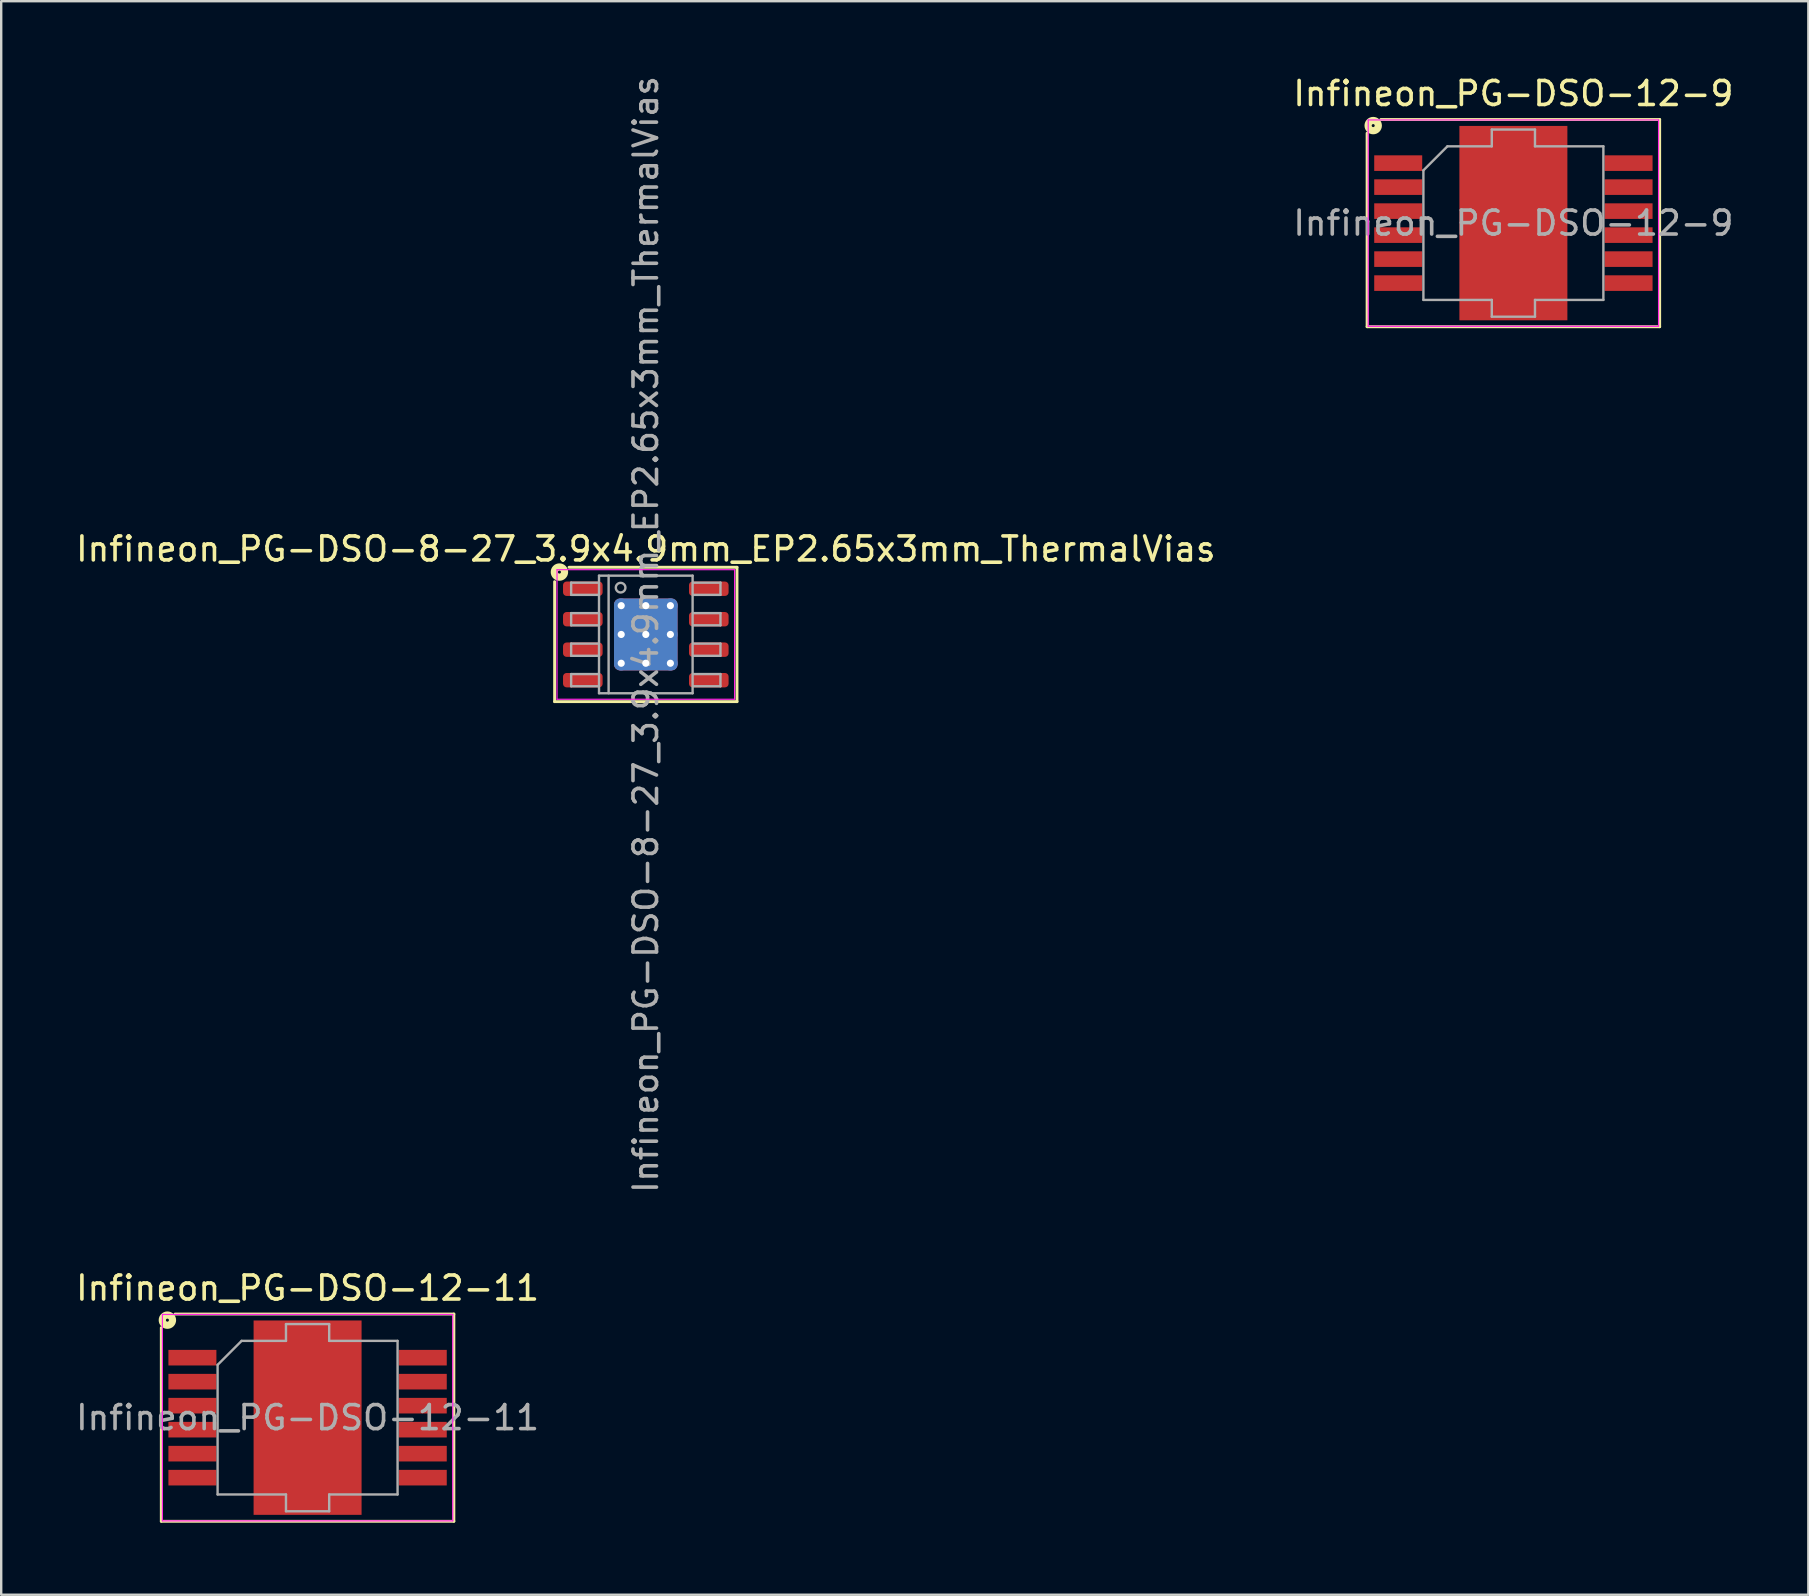
<source format=kicad_pcb>
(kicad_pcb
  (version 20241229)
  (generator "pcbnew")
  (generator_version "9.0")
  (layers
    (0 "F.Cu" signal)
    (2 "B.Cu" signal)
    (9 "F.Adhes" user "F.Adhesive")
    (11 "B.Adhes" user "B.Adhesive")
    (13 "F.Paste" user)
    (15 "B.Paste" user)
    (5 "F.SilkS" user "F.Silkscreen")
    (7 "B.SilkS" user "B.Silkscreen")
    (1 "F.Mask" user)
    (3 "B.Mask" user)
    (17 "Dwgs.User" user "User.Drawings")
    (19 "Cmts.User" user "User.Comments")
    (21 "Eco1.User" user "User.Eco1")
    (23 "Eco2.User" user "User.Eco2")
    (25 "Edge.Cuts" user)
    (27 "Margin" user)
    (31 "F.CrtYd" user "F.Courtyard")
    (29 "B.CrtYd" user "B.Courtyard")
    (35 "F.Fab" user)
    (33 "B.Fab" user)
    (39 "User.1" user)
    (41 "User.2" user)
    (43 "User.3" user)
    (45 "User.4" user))
  (footprint "Infineon_PG-DSO-12-9"
    (layer "F.Cu")
    (at 60.018 6.248)
    (property "Reference" "Infineon_PG-DSO-12-9" (at 0 -5.4 0) (layer "F.SilkS") (effects (font (size 1 1) (thickness 0.15))))
    (attr smd)
    (fp_line (start -6.096 -3.747) (end -6.096 4.318) (stroke (width 0.12) (type solid)) (layer "F.SilkS"))
    (fp_line (start -6.096 4.318) (end 6.096 4.318) (stroke (width 0.12) (type solid)) (layer "F.SilkS"))
    (fp_line (start 6.096 -4.318) (end -5.524 -4.318) (stroke (width 0.12) (type solid)) (layer "F.SilkS"))
    (fp_line (start 6.096 4.318) (end 6.096 -4.318) (stroke (width 0.12) (type solid)) (layer "F.SilkS"))
    (fp_circle (center -5.842 -4.064) (end -5.779 -4.064) (stroke (width 0.3) (type solid)) (fill no) (layer "F.SilkS"))
    (fp_line (start -6.05 -4.3) (end 6.05 -4.3) (stroke (width 0.05) (type solid)) (layer "F.CrtYd"))
    (fp_line (start -6.05 4.3) (end -6.05 -4.3) (stroke (width 0.05) (type solid)) (layer "F.CrtYd"))
    (fp_line (start 6.05 -4.3) (end 6.05 4.3) (stroke (width 0.05) (type solid)) (layer "F.CrtYd"))
    (fp_line (start 6.05 4.3) (end -6.05 4.3) (stroke (width 0.05) (type solid)) (layer "F.CrtYd"))
    (fp_line (start -3.75 3.2) (end -3.75 -2.2) (stroke (width 0.1) (type solid)) (layer "F.Fab"))
    (fp_line (start -2.75 -3.2) (end -3.75 -2.2) (stroke (width 0.1) (type solid)) (layer "F.Fab"))
    (fp_line (start -2.75 -3.2) (end -0.9 -3.2) (stroke (width 0.1) (type solid)) (layer "F.Fab"))
    (fp_line (start -0.9 -3.9) (end 0.9 -3.9) (stroke (width 0.1) (type solid)) (layer "F.Fab"))
    (fp_line (start -0.9 -3.2) (end -0.9 -3.9) (stroke (width 0.1) (type solid)) (layer "F.Fab"))
    (fp_line (start -0.9 3.2) (end -3.75 3.2) (stroke (width 0.1) (type solid)) (layer "F.Fab"))
    (fp_line (start -0.9 3.9) (end -0.9 3.2) (stroke (width 0.1) (type solid)) (layer "F.Fab"))
    (fp_line (start 0.9 -3.9) (end 0.9 -3.2) (stroke (width 0.1) (type solid)) (layer "F.Fab"))
    (fp_line (start 0.9 -3.2) (end 3.75 -3.2) (stroke (width 0.1) (type solid)) (layer "F.Fab"))
    (fp_line (start 0.9 3.2) (end 0.9 3.9) (stroke (width 0.1) (type solid)) (layer "F.Fab"))
    (fp_line (start 0.9 3.9) (end -0.9 3.9) (stroke (width 0.1) (type solid)) (layer "F.Fab"))
    (fp_line (start 3.75 -3.2) (end 3.75 3.2) (stroke (width 0.1) (type solid)) (layer "F.Fab"))
    (fp_line (start 3.75 3.2) (end 0.9 3.2) (stroke (width 0.1) (type solid)) (layer "F.Fab"))
    (fp_text user "${REFERENCE}" (at 0 0 0) (layer "F.Fab") (effects (font (size 1 1) (thickness 0.15))))
    (pad "" smd rect (at -1.125 -2.92) (size 1.95 1.16) (layers "F.Paste"))
    (pad "" smd rect (at -1.125 -1.46) (size 1.95 1.16) (layers "F.Paste"))
    (pad "" smd rect (at -1.125 0) (size 1.95 1.16) (layers "F.Paste"))
    (pad "" smd rect (at -1.125 1.46) (size 1.95 1.16) (layers "F.Paste"))
    (pad "" smd rect (at -1.125 2.92) (size 1.95 1.16) (layers "F.Paste"))
    (pad "" smd rect (at 1.125 -2.92) (size 1.95 1.16) (layers "F.Paste"))
    (pad "" smd rect (at 1.125 -1.46) (size 1.95 1.16) (layers "F.Paste"))
    (pad "" smd rect (at 1.125 0) (size 1.95 1.16) (layers "F.Paste"))
    (pad "" smd rect (at 1.125 1.46) (size 1.95 1.16) (layers "F.Paste"))
    (pad "" smd rect (at 1.125 2.92) (size 1.95 1.16) (layers "F.Paste"))
    (pad "1" smd rect (at -4.8 -2.5) (size 2 0.65) (layers "F.Cu" "F.Mask" "F.Paste"))
    (pad "2" smd rect (at -4.8 -1.5) (size 2 0.65) (layers "F.Cu" "F.Mask" "F.Paste"))
    (pad "3" smd rect (at -4.8 -0.5) (size 2 0.65) (layers "F.Cu" "F.Mask" "F.Paste"))
    (pad "4" smd rect (at -4.8 0.5) (size 2 0.65) (layers "F.Cu" "F.Mask" "F.Paste"))
    (pad "5" smd rect (at -4.8 1.5) (size 2 0.65) (layers "F.Cu" "F.Mask" "F.Paste"))
    (pad "6" smd rect (at -4.8 2.5) (size 2 0.65) (layers "F.Cu" "F.Mask" "F.Paste"))
    (pad "7" smd rect (at 4.8 2.5) (size 2 0.65) (layers "F.Cu" "F.Mask" "F.Paste"))
    (pad "8" smd rect (at 4.8 1.5) (size 2 0.65) (layers "F.Cu" "F.Mask" "F.Paste"))
    (pad "9" smd rect (at 4.8 0.5) (size 2 0.65) (layers "F.Cu" "F.Mask" "F.Paste"))
    (pad "10" smd rect (at 4.8 -0.5) (size 2 0.65) (layers "F.Cu" "F.Mask" "F.Paste"))
    (pad "11" smd rect (at 4.8 -1.5) (size 2 0.65) (layers "F.Cu" "F.Mask" "F.Paste"))
    (pad "12" smd rect (at 4.8 -2.5) (size 2 0.65) (layers "F.Cu" "F.Mask" "F.Paste"))
    (pad "13" smd rect (at 0 0) (size 4.5 8.1) (layers "F.Cu" "F.Mask")))
  (footprint "Infineon_PG-DSO-12-11"
    (layer "F.Cu")
    (at 9.768 56.029)
    (property "Reference" "Infineon_PG-DSO-12-11" (at 0 -5.4 0) (layer "F.SilkS") (effects (font (size 1 1) (thickness 0.15))))
    (attr smd)
    (fp_line (start -6.096 -3.747) (end -6.096 4.318) (stroke (width 0.12) (type solid)) (layer "F.SilkS"))
    (fp_line (start -6.096 4.318) (end 6.096 4.318) (stroke (width 0.12) (type solid)) (layer "F.SilkS"))
    (fp_line (start 6.096 -4.318) (end -5.524 -4.318) (stroke (width 0.12) (type solid)) (layer "F.SilkS"))
    (fp_line (start 6.096 4.318) (end 6.096 -4.318) (stroke (width 0.12) (type solid)) (layer "F.SilkS"))
    (fp_circle (center -5.842 -4.064) (end -5.779 -4.064) (stroke (width 0.3) (type solid)) (fill no) (layer "F.SilkS"))
    (fp_line (start -6.05 -4.3) (end 6.05 -4.3) (stroke (width 0.05) (type solid)) (layer "F.CrtYd"))
    (fp_line (start -6.05 4.3) (end -6.05 -4.3) (stroke (width 0.05) (type solid)) (layer "F.CrtYd"))
    (fp_line (start 6.05 -4.3) (end 6.05 4.3) (stroke (width 0.05) (type solid)) (layer "F.CrtYd"))
    (fp_line (start 6.05 4.3) (end -6.05 4.3) (stroke (width 0.05) (type solid)) (layer "F.CrtYd"))
    (fp_line (start -3.75 3.2) (end -3.75 -2.2) (stroke (width 0.1) (type solid)) (layer "F.Fab"))
    (fp_line (start -2.75 -3.2) (end -3.75 -2.2) (stroke (width 0.1) (type solid)) (layer "F.Fab"))
    (fp_line (start -2.75 -3.2) (end -0.9 -3.2) (stroke (width 0.1) (type solid)) (layer "F.Fab"))
    (fp_line (start -0.9 -3.9) (end 0.9 -3.9) (stroke (width 0.1) (type solid)) (layer "F.Fab"))
    (fp_line (start -0.9 -3.2) (end -0.9 -3.9) (stroke (width 0.1) (type solid)) (layer "F.Fab"))
    (fp_line (start -0.9 3.2) (end -3.75 3.2) (stroke (width 0.1) (type solid)) (layer "F.Fab"))
    (fp_line (start -0.9 3.9) (end -0.9 3.2) (stroke (width 0.1) (type solid)) (layer "F.Fab"))
    (fp_line (start 0.9 -3.9) (end 0.9 -3.2) (stroke (width 0.1) (type solid)) (layer "F.Fab"))
    (fp_line (start 0.9 -3.2) (end 3.75 -3.2) (stroke (width 0.1) (type solid)) (layer "F.Fab"))
    (fp_line (start 0.9 3.2) (end 0.9 3.9) (stroke (width 0.1) (type solid)) (layer "F.Fab"))
    (fp_line (start 0.9 3.9) (end -0.9 3.9) (stroke (width 0.1) (type solid)) (layer "F.Fab"))
    (fp_line (start 3.75 -3.2) (end 3.75 3.2) (stroke (width 0.1) (type solid)) (layer "F.Fab"))
    (fp_line (start 3.75 3.2) (end 0.9 3.2) (stroke (width 0.1) (type solid)) (layer "F.Fab"))
    (fp_text user "${REFERENCE}" (at 0 0 0) (layer "F.Fab") (effects (font (size 1 1) (thickness 0.15))))
    (pad "" smd rect (at -1.125 -2.92) (size 1.95 1.16) (layers "F.Paste"))
    (pad "" smd rect (at -1.125 -1.46) (size 1.95 1.16) (layers "F.Paste"))
    (pad "" smd rect (at -1.125 0) (size 1.95 1.16) (layers "F.Paste"))
    (pad "" smd rect (at -1.125 1.46) (size 1.95 1.16) (layers "F.Paste"))
    (pad "" smd rect (at -1.125 2.92) (size 1.95 1.16) (layers "F.Paste"))
    (pad "" smd rect (at 1.125 -2.92) (size 1.95 1.16) (layers "F.Paste"))
    (pad "" smd rect (at 1.125 -1.46) (size 1.95 1.16) (layers "F.Paste"))
    (pad "" smd rect (at 1.125 0) (size 1.95 1.16) (layers "F.Paste"))
    (pad "" smd rect (at 1.125 1.46) (size 1.95 1.16) (layers "F.Paste"))
    (pad "" smd rect (at 1.125 2.92) (size 1.95 1.16) (layers "F.Paste"))
    (pad "1" smd rect (at -4.8 -2.5) (size 2 0.65) (layers "F.Cu" "F.Mask" "F.Paste"))
    (pad "2" smd rect (at -4.8 -1.5) (size 2 0.65) (layers "F.Cu" "F.Mask" "F.Paste"))
    (pad "3" smd rect (at -4.8 -0.5) (size 2 0.65) (layers "F.Cu" "F.Mask" "F.Paste"))
    (pad "4" smd rect (at -4.8 0.5) (size 2 0.65) (layers "F.Cu" "F.Mask" "F.Paste"))
    (pad "5" smd rect (at -4.8 1.5) (size 2 0.65) (layers "F.Cu" "F.Mask" "F.Paste"))
    (pad "6" smd rect (at -4.8 2.5) (size 2 0.65) (layers "F.Cu" "F.Mask" "F.Paste"))
    (pad "7" smd rect (at 4.8 2.5) (size 2 0.65) (layers "F.Cu" "F.Mask" "F.Paste"))
    (pad "8" smd rect (at 4.8 1.5) (size 2 0.65) (layers "F.Cu" "F.Mask" "F.Paste"))
    (pad "9" smd rect (at 4.8 0.5) (size 2 0.65) (layers "F.Cu" "F.Mask" "F.Paste"))
    (pad "10" smd rect (at 4.8 -0.5) (size 2 0.65) (layers "F.Cu" "F.Mask" "F.Paste"))
    (pad "11" smd rect (at 4.8 -1.5) (size 2 0.65) (layers "F.Cu" "F.Mask" "F.Paste"))
    (pad "12" smd rect (at 4.8 -2.5) (size 2 0.65) (layers "F.Cu" "F.Mask" "F.Paste"))
    (pad "13" smd rect (at 0 0) (size 4.5 8.1) (layers "F.Cu" "F.Mask")))
  (footprint "Infineon_PG-DSO-8-27_3.9x4.9mm_EP2.65x3mm_ThermalVias"
    (layer "F.Cu")
    (at 23.863 23.39)
    (property "Reference" "Infineon_PG-DSO-8-27_3.9x4.9mm_EP2.65x3mm_ThermalVias" (at 0 -3.562 0) (layer "F.SilkS") (effects (font (size 1 1) (thickness 0.15))))
    (attr smd)
    (fp_line (start -3.8 2.8) (end -3.8 -2.2) (stroke (width 0.12) (type solid)) (layer "F.SilkS"))
    (fp_line (start -3.2 -2.8) (end 3.8 -2.8) (stroke (width 0.12) (type solid)) (layer "F.SilkS"))
    (fp_line (start 3.8 -2.8) (end 3.8 2.8) (stroke (width 0.12) (type solid)) (layer "F.SilkS"))
    (fp_line (start 3.8 2.8) (end -3.8 2.8) (stroke (width 0.12) (type solid)) (layer "F.SilkS"))
    (fp_circle (center -3.6 -2.6) (end -3.537 -2.6) (stroke (width 0.3) (type solid)) (fill no) (layer "F.SilkS"))
    (fp_line (start -3.7 -2.7) (end -3.7 2.7) (stroke (width 0.05) (type solid)) (layer "F.CrtYd"))
    (fp_line (start -3.7 2.7) (end 3.7 2.7) (stroke (width 0.05) (type solid)) (layer "F.CrtYd"))
    (fp_line (start 3.7 -2.7) (end -3.7 -2.7) (stroke (width 0.05) (type solid)) (layer "F.CrtYd"))
    (fp_line (start 3.7 2.7) (end 3.7 -2.7) (stroke (width 0.05) (type solid)) (layer "F.CrtYd"))
    (fp_line (start -3.111 -2.159) (end -3.111 -1.651) (stroke (width 0.1) (type solid)) (layer "F.Fab"))
    (fp_line (start -3.111 -2.159) (end -1.968 -2.159) (stroke (width 0.1) (type solid)) (layer "F.Fab"))
    (fp_line (start -3.111 -1.651) (end -1.968 -1.651) (stroke (width 0.1) (type solid)) (layer "F.Fab"))
    (fp_line (start -3.111 -0.889) (end -3.111 -0.381) (stroke (width 0.1) (type solid)) (layer "F.Fab"))
    (fp_line (start -3.111 -0.889) (end -1.968 -0.889) (stroke (width 0.1) (type solid)) (layer "F.Fab"))
    (fp_line (start -3.111 -0.381) (end -1.968 -0.381) (stroke (width 0.1) (type solid)) (layer "F.Fab"))
    (fp_line (start -3.111 0.381) (end -3.111 0.889) (stroke (width 0.1) (type solid)) (layer "F.Fab"))
    (fp_line (start -3.111 0.381) (end -1.968 0.381) (stroke (width 0.1) (type solid)) (layer "F.Fab"))
    (fp_line (start -3.111 0.889) (end -1.968 0.889) (stroke (width 0.1) (type solid)) (layer "F.Fab"))
    (fp_line (start -3.111 1.651) (end -3.111 2.159) (stroke (width 0.1) (type solid)) (layer "F.Fab"))
    (fp_line (start -3.111 1.651) (end -1.968 1.651) (stroke (width 0.1) (type solid)) (layer "F.Fab"))
    (fp_line (start -3.111 2.159) (end -1.968 2.159) (stroke (width 0.1) (type solid)) (layer "F.Fab"))
    (fp_line (start -1.95 -2.45) (end 1.95 -2.45) (stroke (width 0.1) (type solid)) (layer "F.Fab"))
    (fp_line (start -1.95 2.45) (end -1.95 -2.45) (stroke (width 0.1) (type solid)) (layer "F.Fab"))
    (fp_line (start -1.55 -2.45) (end -1.55 2.45) (stroke (width 0.1) (type solid)) (layer "F.Fab"))
    (fp_line (start 1.95 -2.45) (end 1.95 2.45) (stroke (width 0.1) (type solid)) (layer "F.Fab"))
    (fp_line (start 1.95 2.45) (end -1.95 2.45) (stroke (width 0.1) (type solid)) (layer "F.Fab"))
    (fp_line (start 3.111 -2.159) (end 1.968 -2.159) (stroke (width 0.1) (type solid)) (layer "F.Fab"))
    (fp_line (start 3.111 -1.651) (end 1.968 -1.651) (stroke (width 0.1) (type solid)) (layer "F.Fab"))
    (fp_line (start 3.111 -1.651) (end 3.111 -2.159) (stroke (width 0.1) (type solid)) (layer "F.Fab"))
    (fp_line (start 3.111 -0.889) (end 1.968 -0.889) (stroke (width 0.1) (type solid)) (layer "F.Fab"))
    (fp_line (start 3.111 -0.381) (end 1.968 -0.381) (stroke (width 0.1) (type solid)) (layer "F.Fab"))
    (fp_line (start 3.111 -0.381) (end 3.111 -0.889) (stroke (width 0.1) (type solid)) (layer "F.Fab"))
    (fp_line (start 3.111 0.381) (end 1.968 0.381) (stroke (width 0.1) (type solid)) (layer "F.Fab"))
    (fp_line (start 3.111 0.889) (end 1.968 0.889) (stroke (width 0.1) (type solid)) (layer "F.Fab"))
    (fp_line (start 3.111 0.889) (end 3.111 0.381) (stroke (width 0.1) (type solid)) (layer "F.Fab"))
    (fp_line (start 3.111 1.651) (end 1.968 1.651) (stroke (width 0.1) (type solid)) (layer "F.Fab"))
    (fp_line (start 3.111 2.159) (end 1.968 2.159) (stroke (width 0.1) (type solid)) (layer "F.Fab"))
    (fp_line (start 3.111 2.159) (end 3.111 1.651) (stroke (width 0.1) (type solid)) (layer "F.Fab"))
    (fp_circle (center -1.05 -1.95) (end -0.85 -1.95) (stroke (width 0.1) (type solid)) (fill no) (layer "F.Fab"))
    (fp_text user "${REFERENCE}" (at 0 0 90) (layer "F.Fab") (effects (font (size 0.98 0.98) (thickness 0.15))))
    (pad "" smd roundrect (at -0.66 -0.75) (size 1.11 1.25) (layers "F.Paste") (roundrect_rratio 0.225))
    (pad "" smd roundrect (at -0.66 0.75) (size 1.11 1.25) (layers "F.Paste") (roundrect_rratio 0.225))
    (pad "" smd roundrect (at 0.66 -0.75) (size 1.11 1.25) (layers "F.Paste") (roundrect_rratio 0.225))
    (pad "" smd roundrect (at 0.66 0.75) (size 1.11 1.25) (layers "F.Paste") (roundrect_rratio 0.225))
    (pad "1" smd roundrect (at -2.625 -1.905) (size 1.65 0.6) (layers "F.Cu" "F.Mask" "F.Paste") (roundrect_rratio 0.25))
    (pad "2" smd roundrect (at -2.625 -0.635) (size 1.65 0.6) (layers "F.Cu" "F.Mask" "F.Paste") (roundrect_rratio 0.25))
    (pad "3" smd roundrect (at -2.625 0.635) (size 1.65 0.6) (layers "F.Cu" "F.Mask" "F.Paste") (roundrect_rratio 0.25))
    (pad "4" smd roundrect (at -2.625 1.905) (size 1.65 0.6) (layers "F.Cu" "F.Mask" "F.Paste") (roundrect_rratio 0.25))
    (pad "5" smd roundrect (at 2.625 1.905) (size 1.65 0.6) (layers "F.Cu" "F.Mask" "F.Paste") (roundrect_rratio 0.25))
    (pad "6" smd roundrect (at 2.625 0.635) (size 1.65 0.6) (layers "F.Cu" "F.Mask" "F.Paste") (roundrect_rratio 0.25))
    (pad "7" smd roundrect (at 2.625 -0.635) (size 1.65 0.6) (layers "F.Cu" "F.Mask" "F.Paste") (roundrect_rratio 0.25))
    (pad "8" smd roundrect (at 2.625 -1.905) (size 1.65 0.6) (layers "F.Cu" "F.Mask" "F.Paste") (roundrect_rratio 0.25))
    (pad "9" thru_hole circle (at -1.025 -1.2) (size 0.6 0.6) (drill 0.3) (property pad_prop_heatsink) (layers "*.Cu"))
    (pad "9" thru_hole circle (at -1.025 0) (size 0.6 0.6) (drill 0.3) (property pad_prop_heatsink) (layers "*.Cu"))
    (pad "9" thru_hole circle (at -1.025 1.2) (size 0.6 0.6) (drill 0.3) (property pad_prop_heatsink) (layers "*.Cu"))
    (pad "9" thru_hole circle (at 0 -1.2) (size 0.6 0.6) (drill 0.3) (property pad_prop_heatsink) (layers "*.Cu"))
    (pad "9" thru_hole circle (at 0 0) (size 0.6 0.6) (drill 0.3) (property pad_prop_heatsink) (layers "*.Cu"))
    (pad "9" smd roundrect (at 0 0) (size 2.65 3) (layers "F.Cu" "F.Mask") (roundrect_rratio 0.094))
    (pad "9" smd roundrect (at 0 0) (size 2.65 3) (layers "B.Cu" "B.Mask") (roundrect_rratio 0.094))
    (pad "9" thru_hole circle (at 0 1.2) (size 0.6 0.6) (drill 0.3) (property pad_prop_heatsink) (layers "*.Cu"))
    (pad "9" thru_hole circle (at 1.025 -1.2) (size 0.6 0.6) (drill 0.3) (property pad_prop_heatsink) (layers "*.Cu"))
    (pad "9" thru_hole circle (at 1.025 0) (size 0.6 0.6) (drill 0.3) (property pad_prop_heatsink) (layers "*.Cu"))
    (pad "9" thru_hole circle (at 1.025 1.2) (size 0.6 0.6) (drill 0.3) (property pad_prop_heatsink) (layers "*.Cu")))
  (gr_rect
    (start -3 -3)
    (end 72.31 63.407)
    (stroke (width 0.1) (type default))
    (fill no)
    (layer "Edge.Cuts")))
</source>
